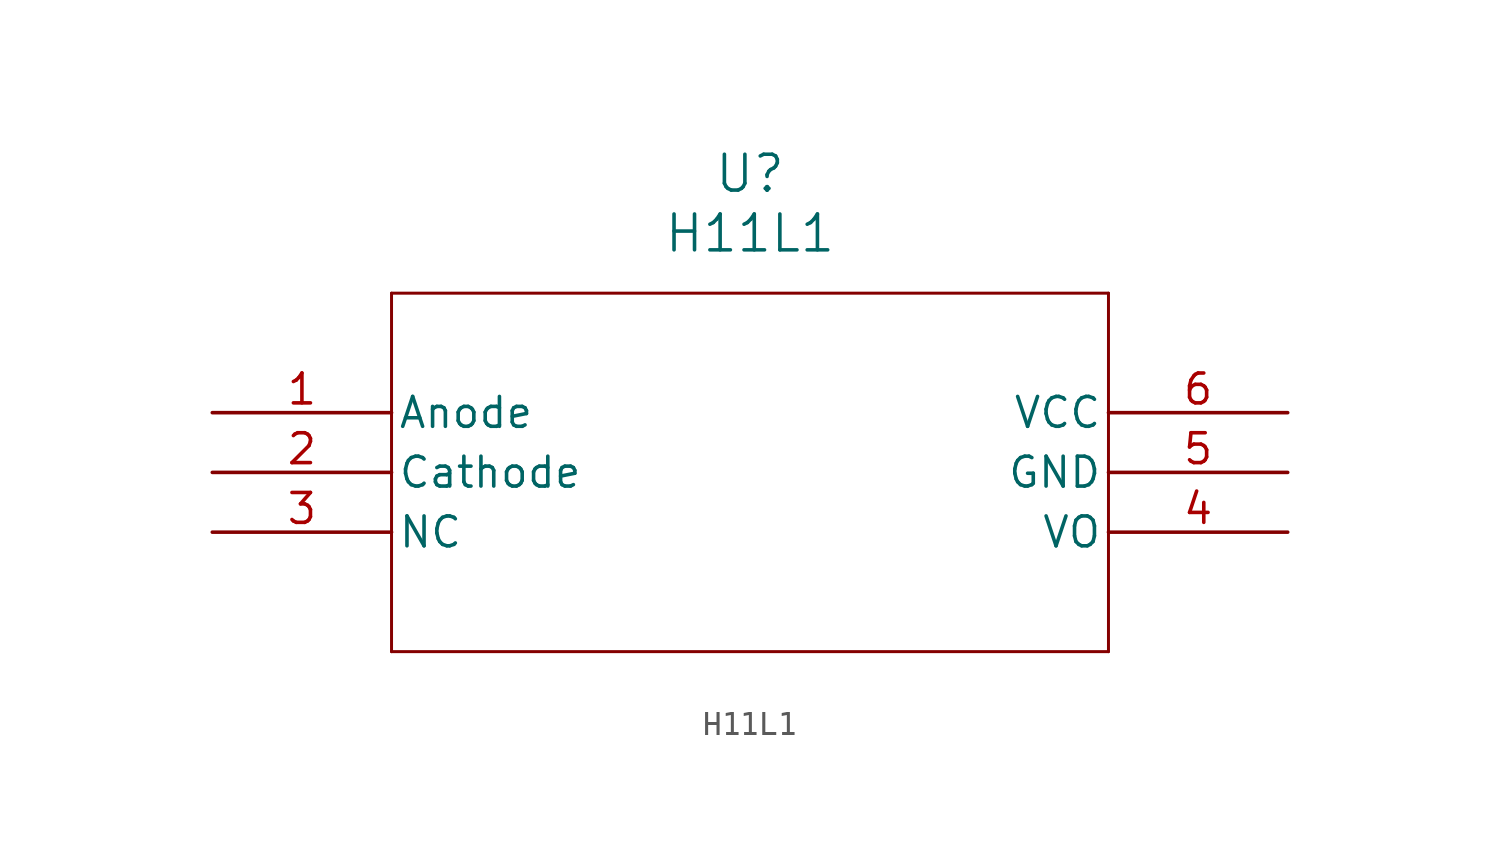
<source format=kicad_sym>
(kicad_symbol_lib
  (version 20211014)
  (generator kicad_symbol_editor)
  (symbol "H11L1"
    (pin_names
      (offset 0.254))
    (property "Reference" "U"
      (at 22.86 10.16 0)
      (effects (font (size 1.524 1.524))))
    (property "Value" "H11L1"
      (at 22.86 7.62 0)
      (effects (font (size 1.524 1.524))))
    (symbol "H11L1_0_1"
      (polyline (pts (xy 7.62 5.08) (xy 7.62 -10.16)) (stroke (width 0.127) (type default) (color 0 0 0 0)) (fill (type none)))
      (polyline (pts (xy 7.62 -10.16) (xy 38.1 -10.16)) (stroke (width 0.127) (type default) (color 0 0 0 0)) (fill (type none)))
      (polyline (pts (xy 38.1 -10.16) (xy 38.1 5.08)) (stroke (width 0.127) (type default) (color 0 0 0 0)) (fill (type none)))
      (polyline (pts (xy 38.1 5.08) (xy 7.62 5.08)) (stroke (width 0.127) (type default) (color 0 0 0 0)) (fill (type none)))
      (pin unspecified line (at 0 0 0) (length 7.62) (name "Anode" (effects (font (size 1.27 1.27)))) (number "1" (effects (font (size 1.27 1.27)))))
      (pin unspecified line (at 0 -2.54 0) (length 7.62) (name "Cathode" (effects (font (size 1.27 1.27)))) (number "2" (effects (font (size 1.27 1.27)))))
      (pin unspecified line (at 0 -5.08 0) (length 7.62) (name "NC" (effects (font (size 1.27 1.27)))) (number "3" (effects (font (size 1.27 1.27)))))
      (pin unspecified line (at 45.72 -5.08 180) (length 7.62) (name "VO" (effects (font (size 1.27 1.27)))) (number "4" (effects (font (size 1.27 1.27)))))
      (pin unspecified line (at 45.72 -2.54 180) (length 7.62) (name "GND" (effects (font (size 1.27 1.27)))) (number "5" (effects (font (size 1.27 1.27)))))
      (pin unspecified line (at 45.72 0 180) (length 7.62) (name "VCC" (effects (font (size 1.27 1.27)))) (number "6" (effects (font (size 1.27 1.27))))))))
</source>
